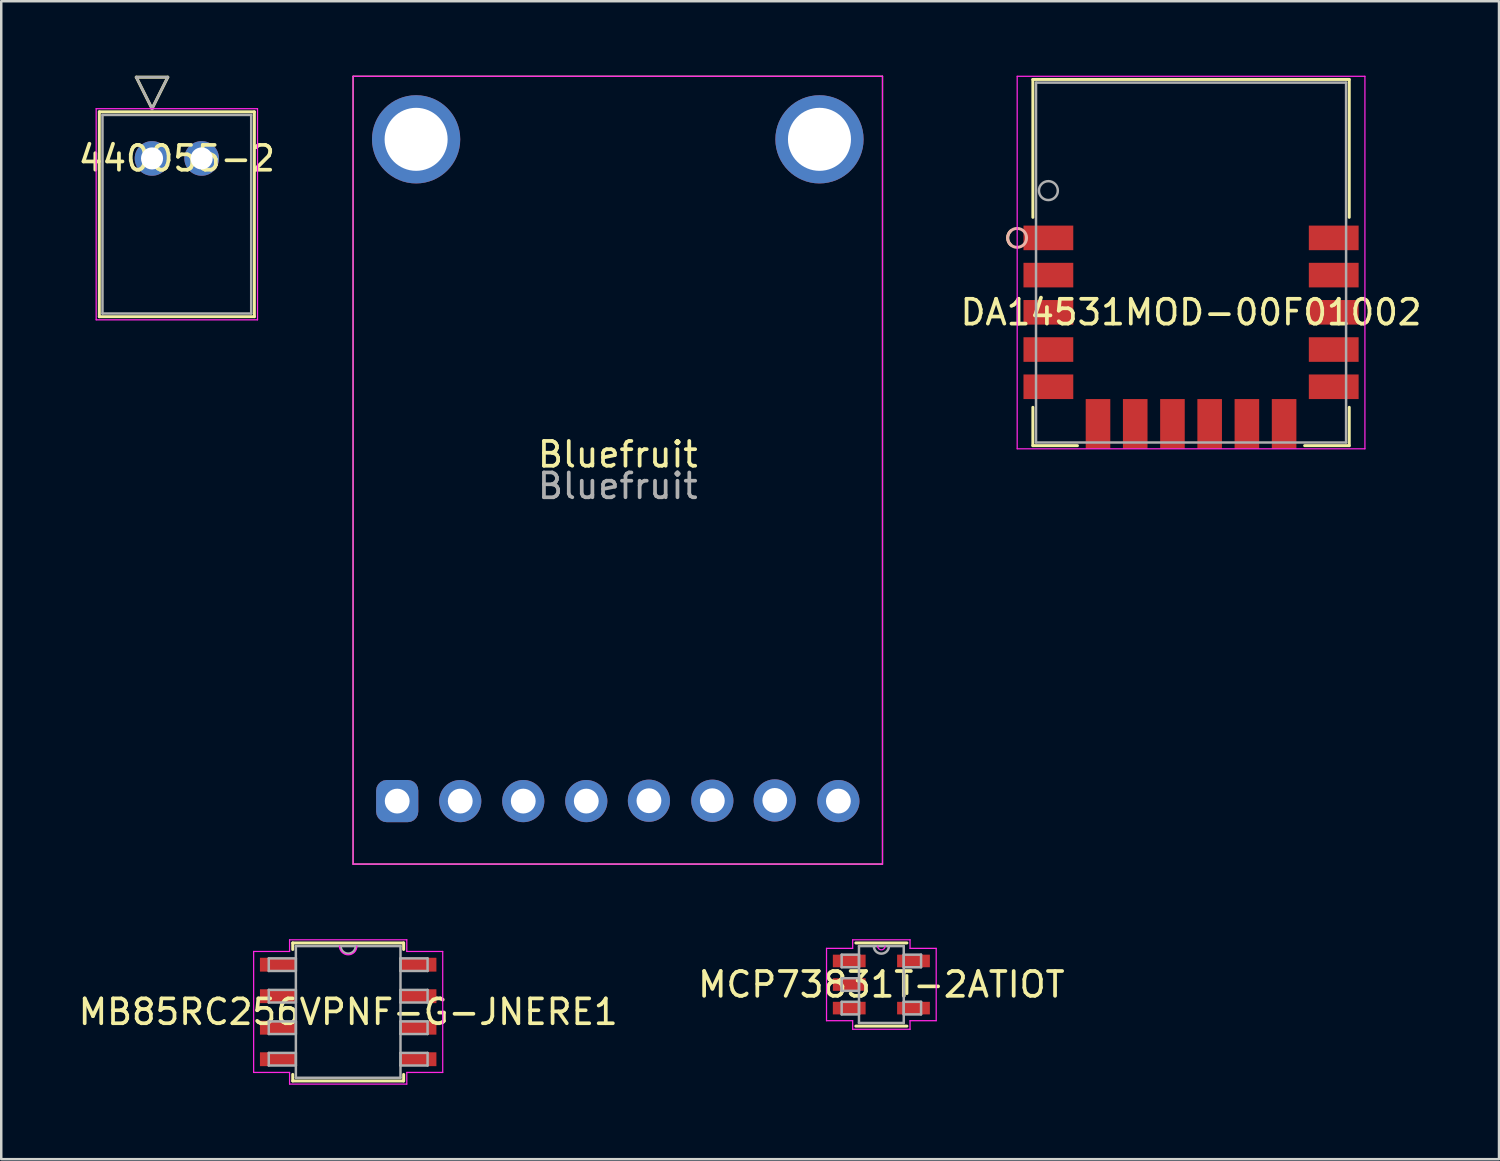
<source format=kicad_pcb>
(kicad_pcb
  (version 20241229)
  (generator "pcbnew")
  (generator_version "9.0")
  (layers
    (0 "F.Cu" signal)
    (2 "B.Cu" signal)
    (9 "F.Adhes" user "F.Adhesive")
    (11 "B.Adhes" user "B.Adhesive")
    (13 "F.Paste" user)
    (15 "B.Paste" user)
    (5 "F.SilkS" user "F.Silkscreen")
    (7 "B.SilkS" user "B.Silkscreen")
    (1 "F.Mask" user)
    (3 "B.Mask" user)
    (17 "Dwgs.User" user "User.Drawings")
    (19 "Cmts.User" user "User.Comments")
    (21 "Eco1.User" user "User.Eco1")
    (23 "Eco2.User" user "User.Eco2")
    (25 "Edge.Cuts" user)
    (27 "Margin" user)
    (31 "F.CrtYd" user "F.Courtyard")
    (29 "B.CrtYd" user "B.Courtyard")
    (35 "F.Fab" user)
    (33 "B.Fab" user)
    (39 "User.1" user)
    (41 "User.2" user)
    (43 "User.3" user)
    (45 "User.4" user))
  (footprint "Bluefruit"
    (layer "F.Cu")
    (at 12.958 29.235)
    (property "Reference" "Bluefruit" (at 8.89 -13.97 0) (layer "F.SilkS") (effects (font (size 1 1) (thickness 0.15))))
    (attr through_hole)
    (fp_line (start -1.778 -29.21) (end -1.778 2.54) (stroke (width 0.05) (type solid)) (layer "F.SilkS"))
    (fp_line (start -1.778 -29.21) (end 19.558 -29.21) (stroke (width 0.05) (type solid)) (layer "F.SilkS"))
    (fp_line (start -1.778 2.54) (end 19.558 2.54) (stroke (width 0.05) (type solid)) (layer "F.SilkS"))
    (fp_line (start 19.558 -29.21) (end 19.558 2.54) (stroke (width 0.05) (type solid)) (layer "F.SilkS"))
    (fp_line (start -1.778 -29.21) (end -1.778 2.54) (stroke (width 0.05) (type solid)) (layer "F.CrtYd"))
    (fp_line (start -1.778 -29.21) (end 19.558 -29.21) (stroke (width 0.05) (type solid)) (layer "F.CrtYd"))
    (fp_line (start -1.778 2.54) (end 19.558 2.54) (stroke (width 0.05) (type solid)) (layer "F.CrtYd"))
    (fp_line (start 19.558 -29.21) (end 19.558 2.54) (stroke (width 0.05) (type solid)) (layer "F.CrtYd"))
    (fp_text user "${REFERENCE}" (at 8.89 -12.7 180) (layer "F.Fab") (effects (font (size 1 1) (thickness 0.15))))
    (pad "" np_thru_hole oval (at 0.762 -26.67) (size 3.556 3.556) (drill 2.54) (layers "*.Cu" "*.Mask"))
    (pad "" np_thru_hole oval (at 17.018 -26.67) (size 3.556 3.556) (drill 2.54) (layers "*.Cu" "*.Mask"))
    (pad "1" thru_hole roundrect (at 0 0) (size 1.7 1.7) (drill 1) (layers "*.Cu" "*.Mask") (roundrect_rratio 0.25))
    (pad "2" thru_hole oval (at 2.54 0) (size 1.7 1.7) (drill 1) (layers "*.Cu" "*.Mask"))
    (pad "3" thru_hole oval (at 5.08 0) (size 1.7 1.7) (drill 1) (layers "*.Cu" "*.Mask"))
    (pad "4" thru_hole oval (at 7.62 0) (size 1.7 1.7) (drill 1) (layers "*.Cu" "*.Mask"))
    (pad "5" thru_hole oval (at 10.145 -0.015) (size 1.7 1.7) (drill 1) (layers "*.Cu" "*.Mask"))
    (pad "6" thru_hole oval (at 12.7 -0.015) (size 1.7 1.7) (drill 1) (layers "*.Cu" "*.Mask"))
    (pad "7" thru_hole oval (at 15.216 -0.027) (size 1.7 1.7) (drill 1) (layers "*.Cu" "*.Mask"))
    (pad "8" thru_hole oval (at 17.78 0) (size 1.7 1.7) (drill 1) (layers "*.Cu" "*.Mask")))
  (footprint "MB85RC256VPNF-G-JNERE1"
    (layer "F.Cu")
    (at 10.982 37.733)
    (property "Reference" "MB85RC256VPNF-G-JNERE1" (at 0 0 0) (layer "F.SilkS") (effects (font (size 1 1) (thickness 0.15))))
    (attr through_hole)
    (fp_line (start -2.235 -2.781) (end -2.235 -2.517) (stroke (width 0.12) (type solid)) (layer "F.SilkS"))
    (fp_line (start -2.235 2.517) (end -2.235 2.781) (stroke (width 0.12) (type solid)) (layer "F.SilkS"))
    (fp_line (start -2.235 2.781) (end 2.235 2.781) (stroke (width 0.12) (type solid)) (layer "F.SilkS"))
    (fp_line (start 2.235 -2.781) (end -2.235 -2.781) (stroke (width 0.12) (type solid)) (layer "F.SilkS"))
    (fp_line (start 2.235 -2.517) (end 2.235 -2.781) (stroke (width 0.12) (type solid)) (layer "F.SilkS"))
    (fp_line (start 2.235 2.781) (end 2.235 2.517) (stroke (width 0.12) (type solid)) (layer "F.SilkS"))
    (fp_line (start -3.81 -2.438) (end -2.362 -2.438) (stroke (width 0.05) (type solid)) (layer "F.CrtYd"))
    (fp_line (start -3.81 2.438) (end -3.81 -2.438) (stroke (width 0.05) (type solid)) (layer "F.CrtYd"))
    (fp_line (start -2.362 -2.908) (end 2.362 -2.908) (stroke (width 0.05) (type solid)) (layer "F.CrtYd"))
    (fp_line (start -2.362 -2.438) (end -2.362 -2.908) (stroke (width 0.05) (type solid)) (layer "F.CrtYd"))
    (fp_line (start -2.362 2.438) (end -3.81 2.438) (stroke (width 0.05) (type solid)) (layer "F.CrtYd"))
    (fp_line (start -2.362 2.908) (end -2.362 2.438) (stroke (width 0.05) (type solid)) (layer "F.CrtYd"))
    (fp_line (start 2.362 -2.908) (end 2.362 -2.438) (stroke (width 0.05) (type solid)) (layer "F.CrtYd"))
    (fp_line (start 2.362 -2.438) (end 3.81 -2.438) (stroke (width 0.05) (type solid)) (layer "F.CrtYd"))
    (fp_line (start 2.362 2.438) (end 2.362 2.908) (stroke (width 0.05) (type solid)) (layer "F.CrtYd"))
    (fp_line (start 2.362 2.908) (end -2.362 2.908) (stroke (width 0.05) (type solid)) (layer "F.CrtYd"))
    (fp_line (start 3.81 -2.438) (end 3.81 2.438) (stroke (width 0.05) (type solid)) (layer "F.CrtYd"))
    (fp_line (start 3.81 2.438) (end 2.362 2.438) (stroke (width 0.05) (type solid)) (layer "F.CrtYd"))
    (fp_arc (start 0.351367 -2.6543) (mid 0 -2.302933) (end -0.351367 -2.6543) (stroke (width 0.05) (type solid)) (layer "F.CrtYd"))
    (fp_line (start -3.2 -2.159) (end -3.2 -1.651) (stroke (width 0.1) (type solid)) (layer "F.Fab"))
    (fp_line (start -3.2 -1.651) (end -2.108 -1.651) (stroke (width 0.1) (type solid)) (layer "F.Fab"))
    (fp_line (start -3.2 -0.889) (end -3.2 -0.381) (stroke (width 0.1) (type solid)) (layer "F.Fab"))
    (fp_line (start -3.2 -0.381) (end -2.108 -0.381) (stroke (width 0.1) (type solid)) (layer "F.Fab"))
    (fp_line (start -3.2 0.381) (end -3.2 0.889) (stroke (width 0.1) (type solid)) (layer "F.Fab"))
    (fp_line (start -3.2 0.889) (end -2.108 0.889) (stroke (width 0.1) (type solid)) (layer "F.Fab"))
    (fp_line (start -3.2 1.651) (end -3.2 2.159) (stroke (width 0.1) (type solid)) (layer "F.Fab"))
    (fp_line (start -3.2 2.159) (end -2.108 2.159) (stroke (width 0.1) (type solid)) (layer "F.Fab"))
    (fp_line (start -2.108 -2.654) (end -2.108 2.654) (stroke (width 0.1) (type solid)) (layer "F.Fab"))
    (fp_line (start -2.108 -2.159) (end -3.2 -2.159) (stroke (width 0.1) (type solid)) (layer "F.Fab"))
    (fp_line (start -2.108 -1.651) (end -2.108 -2.159) (stroke (width 0.1) (type solid)) (layer "F.Fab"))
    (fp_line (start -2.108 -0.889) (end -3.2 -0.889) (stroke (width 0.1) (type solid)) (layer "F.Fab"))
    (fp_line (start -2.108 -0.381) (end -2.108 -0.889) (stroke (width 0.1) (type solid)) (layer "F.Fab"))
    (fp_line (start -2.108 0.381) (end -3.2 0.381) (stroke (width 0.1) (type solid)) (layer "F.Fab"))
    (fp_line (start -2.108 0.889) (end -2.108 0.381) (stroke (width 0.1) (type solid)) (layer "F.Fab"))
    (fp_line (start -2.108 1.651) (end -3.2 1.651) (stroke (width 0.1) (type solid)) (layer "F.Fab"))
    (fp_line (start -2.108 2.159) (end -2.108 1.651) (stroke (width 0.1) (type solid)) (layer "F.Fab"))
    (fp_line (start -2.108 2.654) (end 2.108 2.654) (stroke (width 0.1) (type solid)) (layer "F.Fab"))
    (fp_line (start 2.108 -2.654) (end -2.108 -2.654) (stroke (width 0.1) (type solid)) (layer "F.Fab"))
    (fp_line (start 2.108 -2.159) (end 2.108 -1.651) (stroke (width 0.1) (type solid)) (layer "F.Fab"))
    (fp_line (start 2.108 -1.651) (end 3.2 -1.651) (stroke (width 0.1) (type solid)) (layer "F.Fab"))
    (fp_line (start 2.108 -0.889) (end 2.108 -0.381) (stroke (width 0.1) (type solid)) (layer "F.Fab"))
    (fp_line (start 2.108 -0.381) (end 3.2 -0.381) (stroke (width 0.1) (type solid)) (layer "F.Fab"))
    (fp_line (start 2.108 0.381) (end 2.108 0.889) (stroke (width 0.1) (type solid)) (layer "F.Fab"))
    (fp_line (start 2.108 0.889) (end 3.2 0.889) (stroke (width 0.1) (type solid)) (layer "F.Fab"))
    (fp_line (start 2.108 1.651) (end 2.108 2.159) (stroke (width 0.1) (type solid)) (layer "F.Fab"))
    (fp_line (start 2.108 2.159) (end 3.2 2.159) (stroke (width 0.1) (type solid)) (layer "F.Fab"))
    (fp_line (start 2.108 2.654) (end 2.108 -2.654) (stroke (width 0.1) (type solid)) (layer "F.Fab"))
    (fp_line (start 3.2 -2.159) (end 2.108 -2.159) (stroke (width 0.1) (type solid)) (layer "F.Fab"))
    (fp_line (start 3.2 -1.651) (end 3.2 -2.159) (stroke (width 0.1) (type solid)) (layer "F.Fab"))
    (fp_line (start 3.2 -0.889) (end 2.108 -0.889) (stroke (width 0.1) (type solid)) (layer "F.Fab"))
    (fp_line (start 3.2 -0.381) (end 3.2 -0.889) (stroke (width 0.1) (type solid)) (layer "F.Fab"))
    (fp_line (start 3.2 0.381) (end 2.108 0.381) (stroke (width 0.1) (type solid)) (layer "F.Fab"))
    (fp_line (start 3.2 0.889) (end 3.2 0.381) (stroke (width 0.1) (type solid)) (layer "F.Fab"))
    (fp_line (start 3.2 1.651) (end 2.108 1.651) (stroke (width 0.1) (type solid)) (layer "F.Fab"))
    (fp_line (start 3.2 2.159) (end 3.2 1.651) (stroke (width 0.1) (type solid)) (layer "F.Fab"))
    (fp_arc (start 0.3048 -2.6543) (mid 0 -2.3495) (end -0.3048 -2.6543) (stroke (width 0.1) (type solid)) (layer "F.Fab"))
    (pad "1" smd rect (at -2.832 -1.905) (size 1.448 0.559) (layers "F.Cu" "F.Mask" "F.Paste"))
    (pad "2" smd rect (at -2.832 -0.635) (size 1.448 0.559) (layers "F.Cu" "F.Mask" "F.Paste"))
    (pad "3" smd rect (at -2.832 0.635) (size 1.448 0.559) (layers "F.Cu" "F.Mask" "F.Paste"))
    (pad "4" smd rect (at -2.832 1.905) (size 1.448 0.559) (layers "F.Cu" "F.Mask" "F.Paste"))
    (pad "5" smd rect (at 2.832 1.905) (size 1.448 0.559) (layers "F.Cu" "F.Mask" "F.Paste"))
    (pad "6" smd rect (at 2.832 0.635) (size 1.448 0.559) (layers "F.Cu" "F.Mask" "F.Paste"))
    (pad "7" smd rect (at 2.832 -0.635) (size 1.448 0.559) (layers "F.Cu" "F.Mask" "F.Paste"))
    (pad "8" smd rect (at 2.832 -1.905) (size 1.448 0.559) (layers "F.Cu" "F.Mask" "F.Paste")))
  (footprint "440055-2"
    (layer "F.Cu")
    (at 3.077 3.335)
    (property "Reference" "440055-2" (at 1 0 0) (layer "F.SilkS") (effects (font (size 1 1) (thickness 0.15))))
    (attr through_hole)
    (fp_line (start -2.124 -1.878) (end -2.124 6.377) (stroke (width 0.12) (type solid)) (layer "F.SilkS"))
    (fp_line (start -2.124 6.377) (end 4.124 6.377) (stroke (width 0.12) (type solid)) (layer "F.SilkS"))
    (fp_line (start -0.635 -3.275) (end 0.635 -3.275) (stroke (width 0.12) (type solid)) (layer "F.SilkS"))
    (fp_line (start 0 -2.005) (end -0.635 -3.275) (stroke (width 0.12) (type solid)) (layer "F.SilkS"))
    (fp_line (start 0.635 -3.275) (end 0 -2.005) (stroke (width 0.12) (type solid)) (layer "F.SilkS"))
    (fp_line (start 4.124 -1.878) (end -2.124 -1.878) (stroke (width 0.12) (type solid)) (layer "F.SilkS"))
    (fp_line (start 4.124 6.377) (end 4.124 -1.878) (stroke (width 0.12) (type solid)) (layer "F.SilkS"))
    (fp_line (start -2.251 -2.005) (end -2.251 6.504) (stroke (width 0.05) (type solid)) (layer "F.CrtYd"))
    (fp_line (start -2.251 6.504) (end 4.251 6.504) (stroke (width 0.05) (type solid)) (layer "F.CrtYd"))
    (fp_line (start 4.251 -2.005) (end -2.251 -2.005) (stroke (width 0.05) (type solid)) (layer "F.CrtYd"))
    (fp_line (start 4.251 6.504) (end 4.251 -2.005) (stroke (width 0.05) (type solid)) (layer "F.CrtYd"))
    (fp_line (start -1.997 -1.751) (end -1.997 6.25) (stroke (width 0.1) (type solid)) (layer "F.Fab"))
    (fp_line (start -1.997 6.25) (end 3.997 6.25) (stroke (width 0.1) (type solid)) (layer "F.Fab"))
    (fp_line (start -0.635 -3.275) (end 0.635 -3.275) (stroke (width 0.1) (type solid)) (layer "F.Fab"))
    (fp_line (start 0 -2.005) (end -0.635 -3.275) (stroke (width 0.1) (type solid)) (layer "F.Fab"))
    (fp_line (start 0.635 -3.275) (end 0 -2.005) (stroke (width 0.1) (type solid)) (layer "F.Fab"))
    (fp_line (start 3.997 -1.751) (end -1.997 -1.751) (stroke (width 0.1) (type solid)) (layer "F.Fab"))
    (fp_line (start 3.997 6.25) (end 3.997 -1.751) (stroke (width 0.1) (type solid)) (layer "F.Fab"))
    (pad "1" thru_hole circle (at -0.000001 0) (size 1.397 1.397) (drill 0.889) (layers "*.Cu" "*.Mask"))
    (pad "2" thru_hole circle (at 2 0) (size 1.397 1.397) (drill 0.889) (layers "*.Cu" "*.Mask")))
  (footprint "MCP73831T-2ATIOT"
    (layer "F.Cu")
    (at 32.47 36.628)
    (property "Reference" "MCP73831T-2ATIOT" (at 0 0 0) (layer "F.SilkS") (effects (font (size 1 1) (thickness 0.15))))
    (attr through_hole)
    (fp_line (start -1.029 1.676) (end 1.029 1.676) (stroke (width 0.12) (type solid)) (layer "F.SilkS"))
    (fp_line (start 1.029 -1.676) (end -1.029 -1.676) (stroke (width 0.12) (type solid)) (layer "F.SilkS"))
    (fp_line (start 1.029 0.363) (end 1.029 -0.363) (stroke (width 0.12) (type solid)) (layer "F.SilkS"))
    (fp_line (start -2.21 -1.458) (end -1.156 -1.458) (stroke (width 0.05) (type solid)) (layer "F.CrtYd"))
    (fp_line (start -2.21 1.458) (end -2.21 -1.458) (stroke (width 0.05) (type solid)) (layer "F.CrtYd"))
    (fp_line (start -1.156 -1.803) (end 1.156 -1.803) (stroke (width 0.05) (type solid)) (layer "F.CrtYd"))
    (fp_line (start -1.156 -1.458) (end -1.156 -1.803) (stroke (width 0.05) (type solid)) (layer "F.CrtYd"))
    (fp_line (start -1.156 1.458) (end -2.21 1.458) (stroke (width 0.05) (type solid)) (layer "F.CrtYd"))
    (fp_line (start -1.156 1.803) (end -1.156 1.458) (stroke (width 0.05) (type solid)) (layer "F.CrtYd"))
    (fp_line (start 1.156 -1.803) (end 1.156 -1.458) (stroke (width 0.05) (type solid)) (layer "F.CrtYd"))
    (fp_line (start 1.156 -1.458) (end 2.21 -1.458) (stroke (width 0.05) (type solid)) (layer "F.CrtYd"))
    (fp_line (start 1.156 1.458) (end 1.156 1.803) (stroke (width 0.05) (type solid)) (layer "F.CrtYd"))
    (fp_line (start 1.156 1.803) (end -1.156 1.803) (stroke (width 0.05) (type solid)) (layer "F.CrtYd"))
    (fp_line (start 2.21 -1.458) (end 2.21 1.458) (stroke (width 0.05) (type solid)) (layer "F.CrtYd"))
    (fp_line (start 2.21 1.458) (end 1.156 1.458) (stroke (width 0.05) (type solid)) (layer "F.CrtYd"))
    (fp_arc (start 0.150283 -1.5494) (mid 0 -1.399117) (end -0.150283 -1.5494) (stroke (width 0.05) (type solid)) (layer "F.CrtYd"))
    (fp_line (start -1.6 -1.204) (end -1.6 -0.696) (stroke (width 0.1) (type solid)) (layer "F.Fab"))
    (fp_line (start -1.6 -0.696) (end -0.902 -0.696) (stroke (width 0.1) (type solid)) (layer "F.Fab"))
    (fp_line (start -1.6 -0.254) (end -1.6 0.254) (stroke (width 0.1) (type solid)) (layer "F.Fab"))
    (fp_line (start -1.6 0.254) (end -0.902 0.254) (stroke (width 0.1) (type solid)) (layer "F.Fab"))
    (fp_line (start -1.6 0.696) (end -1.6 1.204) (stroke (width 0.1) (type solid)) (layer "F.Fab"))
    (fp_line (start -1.6 1.204) (end -0.902 1.204) (stroke (width 0.1) (type solid)) (layer "F.Fab"))
    (fp_line (start -0.902 -1.549) (end -0.902 1.549) (stroke (width 0.1) (type solid)) (layer "F.Fab"))
    (fp_line (start -0.902 -1.204) (end -1.6 -1.204) (stroke (width 0.1) (type solid)) (layer "F.Fab"))
    (fp_line (start -0.902 -0.696) (end -0.902 -1.204) (stroke (width 0.1) (type solid)) (layer "F.Fab"))
    (fp_line (start -0.902 -0.254) (end -1.6 -0.254) (stroke (width 0.1) (type solid)) (layer "F.Fab"))
    (fp_line (start -0.902 0.254) (end -0.902 -0.254) (stroke (width 0.1) (type solid)) (layer "F.Fab"))
    (fp_line (start -0.902 0.696) (end -1.6 0.696) (stroke (width 0.1) (type solid)) (layer "F.Fab"))
    (fp_line (start -0.902 1.204) (end -0.902 0.696) (stroke (width 0.1) (type solid)) (layer "F.Fab"))
    (fp_line (start -0.902 1.549) (end 0.902 1.549) (stroke (width 0.1) (type solid)) (layer "F.Fab"))
    (fp_line (start 0.902 -1.549) (end -0.902 -1.549) (stroke (width 0.1) (type solid)) (layer "F.Fab"))
    (fp_line (start 0.902 -1.204) (end 0.902 -0.696) (stroke (width 0.1) (type solid)) (layer "F.Fab"))
    (fp_line (start 0.902 -0.696) (end 1.6 -0.696) (stroke (width 0.1) (type solid)) (layer "F.Fab"))
    (fp_line (start 0.902 0.696) (end 0.902 1.204) (stroke (width 0.1) (type solid)) (layer "F.Fab"))
    (fp_line (start 0.902 1.204) (end 1.6 1.204) (stroke (width 0.1) (type solid)) (layer "F.Fab"))
    (fp_line (start 0.902 1.549) (end 0.902 -1.549) (stroke (width 0.1) (type solid)) (layer "F.Fab"))
    (fp_line (start 1.6 -1.204) (end 0.902 -1.204) (stroke (width 0.1) (type solid)) (layer "F.Fab"))
    (fp_line (start 1.6 -0.696) (end 1.6 -1.204) (stroke (width 0.1) (type solid)) (layer "F.Fab"))
    (fp_line (start 1.6 0.696) (end 0.902 0.696) (stroke (width 0.1) (type solid)) (layer "F.Fab"))
    (fp_line (start 1.6 1.204) (end 1.6 0.696) (stroke (width 0.1) (type solid)) (layer "F.Fab"))
    (fp_arc (start 0.3048 -1.5494) (mid 0 -1.2446) (end -0.3048 -1.5494) (stroke (width 0.1) (type solid)) (layer "F.Fab"))
    (pad "1" smd rect (at -1.295 -0.95) (size 1.321 0.508) (layers "F.Cu" "F.Mask" "F.Paste"))
    (pad "2" smd rect (at -1.295 0) (size 1.321 0.508) (layers "F.Cu" "F.Mask" "F.Paste"))
    (pad "3" smd rect (at -1.295 0.95) (size 1.321 0.508) (layers "F.Cu" "F.Mask" "F.Paste"))
    (pad "4" smd rect (at 1.295 0.95) (size 1.321 0.508) (layers "F.Cu" "F.Mask" "F.Paste"))
    (pad "5" smd rect (at 1.295 -0.95) (size 1.321 0.508) (layers "F.Cu" "F.Mask" "F.Paste")))
  (footprint "DA14531MOD-00F01002"
    (layer "F.Cu")
    (at 44.951 7.531)
    (property "Reference" "DA14531MOD-00F01002" (at 0 2.006 0) (layer "F.SilkS") (effects (font (size 1 1) (thickness 0.15))))
    (attr through_hole)
    (fp_line (start -6.375 -7.379) (end -6.375 -1.822) (stroke (width 0.12) (type solid)) (layer "F.SilkS"))
    (fp_line (start -6.375 5.834) (end -6.375 7.379) (stroke (width 0.12) (type solid)) (layer "F.SilkS"))
    (fp_line (start -6.375 7.379) (end -4.578 7.379) (stroke (width 0.12) (type solid)) (layer "F.SilkS"))
    (fp_line (start 4.578 7.379) (end 6.375 7.379) (stroke (width 0.12) (type solid)) (layer "F.SilkS"))
    (fp_line (start 6.375 -7.379) (end -6.375 -7.379) (stroke (width 0.12) (type solid)) (layer "F.SilkS"))
    (fp_line (start 6.375 -1.822) (end 6.375 -7.379) (stroke (width 0.12) (type solid)) (layer "F.SilkS"))
    (fp_line (start 6.375 7.379) (end 6.375 5.834) (stroke (width 0.12) (type solid)) (layer "F.SilkS"))
    (fp_arc (start -7.263839 -0.70912) (mid -7.3914 -0.993602) (end -7.263839 -1.278084) (stroke (width 0.12) (type solid)) (layer "F.SilkS"))
    (fp_circle (center -7.01 -0.994) (end -6.629 -0.994) (stroke (width 0.12) (type solid)) (fill no) (layer "B.SilkS"))
    (fp_line (start -7.007 -7.506) (end -7.007 7.506) (stroke (width 0.05) (type solid)) (layer "F.CrtYd"))
    (fp_line (start -7.007 7.506) (end 7.007 7.506) (stroke (width 0.05) (type solid)) (layer "F.CrtYd"))
    (fp_line (start 7.007 -7.506) (end -7.007 -7.506) (stroke (width 0.05) (type solid)) (layer "F.CrtYd"))
    (fp_line (start 7.007 7.506) (end 7.007 -7.506) (stroke (width 0.05) (type solid)) (layer "F.CrtYd"))
    (fp_line (start -6.248 -7.252) (end -6.248 7.252) (stroke (width 0.1) (type solid)) (layer "F.Fab"))
    (fp_line (start -6.248 7.252) (end 6.248 7.252) (stroke (width 0.1) (type solid)) (layer "F.Fab"))
    (fp_line (start 6.248 -7.252) (end -6.248 -7.252) (stroke (width 0.1) (type solid)) (layer "F.Fab"))
    (fp_line (start 6.248 7.252) (end 6.248 -7.252) (stroke (width 0.1) (type solid)) (layer "F.Fab"))
    (fp_circle (center -5.75 -2.899) (end -5.369 -2.899) (stroke (width 0.1) (type solid)) (fill no) (layer "F.Fab"))
    (pad "1" smd rect (at -5.75 -0.994) (size 2.007 0.991) (layers "F.Cu" "F.Mask" "F.Paste"))
    (pad "2" smd rect (at -5.75 0.506) (size 2.007 0.991) (layers "F.Cu" "F.Mask" "F.Paste"))
    (pad "3" smd rect (at -5.75 2.006) (size 2.007 0.991) (layers "F.Cu" "F.Mask" "F.Paste"))
    (pad "4" smd rect (at -5.75 3.506) (size 2.007 0.991) (layers "F.Cu" "F.Mask" "F.Paste"))
    (pad "5" smd rect (at -5.75 5.006) (size 2.007 0.991) (layers "F.Cu" "F.Mask" "F.Paste"))
    (pad "6" smd rect (at -3.75 6.505 90) (size 2.007 0.991) (layers "F.Cu" "F.Mask" "F.Paste"))
    (pad "7" smd rect (at -2.25 6.505 90) (size 2.007 0.991) (layers "F.Cu" "F.Mask" "F.Paste"))
    (pad "8" smd rect (at -0.75 6.505 90) (size 2.007 0.991) (layers "F.Cu" "F.Mask" "F.Paste"))
    (pad "9" smd rect (at 0.75 6.505 90) (size 2.007 0.991) (layers "F.Cu" "F.Mask" "F.Paste"))
    (pad "10" smd rect (at 2.25 6.505 90) (size 2.007 0.991) (layers "F.Cu" "F.Mask" "F.Paste"))
    (pad "11" smd rect (at 3.75 6.505 90) (size 2.007 0.991) (layers "F.Cu" "F.Mask" "F.Paste"))
    (pad "12" smd rect (at 5.75 5.006) (size 2.007 0.991) (layers "F.Cu" "F.Mask" "F.Paste"))
    (pad "13" smd rect (at 5.75 3.506) (size 2.007 0.991) (layers "F.Cu" "F.Mask" "F.Paste"))
    (pad "14" smd rect (at 5.75 2.006) (size 2.007 0.991) (layers "F.Cu" "F.Mask" "F.Paste"))
    (pad "15" smd rect (at 5.75 0.506) (size 2.007 0.991) (layers "F.Cu" "F.Mask" "F.Paste"))
    (pad "16" smd rect (at 5.75 -0.994) (size 2.007 0.991) (layers "F.Cu" "F.Mask" "F.Paste")))
  (gr_rect
    (start -3 -3)
    (end 57.362 43.667)
    (stroke (width 0.1) (type default))
    (fill no)
    (layer "Edge.Cuts")))
</source>
